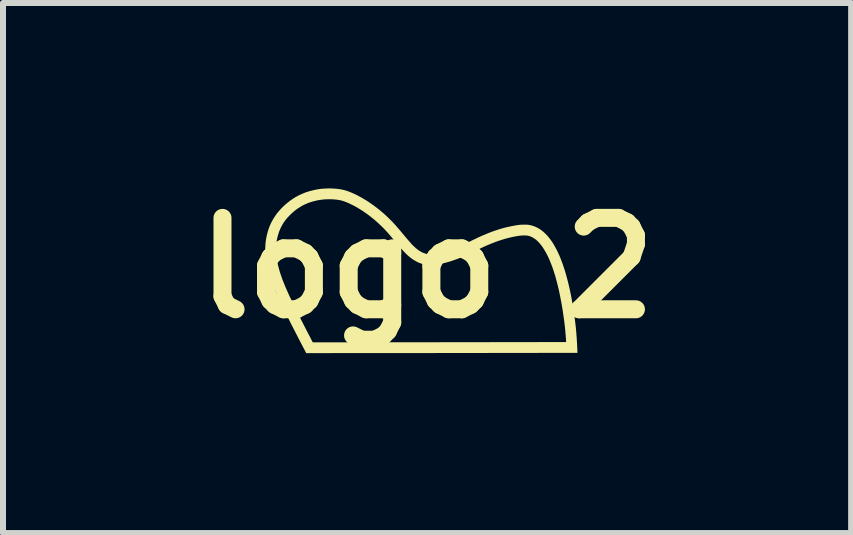
<source format=kicad_pcb>
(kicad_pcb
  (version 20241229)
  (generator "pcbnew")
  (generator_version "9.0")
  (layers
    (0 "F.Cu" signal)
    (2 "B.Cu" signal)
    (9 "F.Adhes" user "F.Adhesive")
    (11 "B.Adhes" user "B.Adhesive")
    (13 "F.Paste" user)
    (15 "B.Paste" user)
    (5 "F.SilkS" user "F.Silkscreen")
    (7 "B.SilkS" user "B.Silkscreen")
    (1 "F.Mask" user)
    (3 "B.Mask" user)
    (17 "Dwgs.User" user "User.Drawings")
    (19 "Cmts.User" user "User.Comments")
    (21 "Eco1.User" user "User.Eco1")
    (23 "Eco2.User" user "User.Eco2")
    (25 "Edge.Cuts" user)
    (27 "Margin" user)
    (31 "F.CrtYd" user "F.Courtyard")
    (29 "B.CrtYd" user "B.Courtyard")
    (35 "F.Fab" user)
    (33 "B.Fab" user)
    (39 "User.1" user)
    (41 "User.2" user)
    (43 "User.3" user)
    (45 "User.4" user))
  (footprint "logo 2"
    (layer "F.Cu")
    (at 4.071 1.418)
    (property "Reference" "logo 2" (at 0 0 0) (layer "F.SilkS") (effects (font (size 1.524 1.524) (thickness 0.3))))
    (attr board_only exclude_from_pos_files exclude_from_bom)
    (fp_poly (pts (xy -1.57 -1.324) (xy -1.529 -1.322) (xy -1.49 -1.318) (xy -1.452 -1.313) (xy -1.415 -1.306) (xy -1.415 -1.306) (xy -1.388 -1.3) (xy -1.36 -1.292) (xy -1.33 -1.283) (xy -1.3 -1.272) (xy -1.268 -1.259) (xy -1.235 -1.245) (xy -1.201 -1.229) (xy -1.167 -1.213) (xy -1.132 -1.194) (xy -1.097 -1.175) (xy -1.061 -1.154) (xy -1.025 -1.133) (xy -0.989 -1.11) (xy -0.969 -1.097) (xy -0.91 -1.056) (xy -0.851 -1.013) (xy -0.794 -0.968) (xy -0.738 -0.921) (xy -0.684 -0.873) (xy -0.631 -0.822) (xy -0.579 -0.77) (xy -0.531 -0.718) (xy -0.522 -0.708) (xy -0.513 -0.697) (xy -0.502 -0.685) (xy -0.492 -0.673) (xy -0.48 -0.659) (xy -0.467 -0.645) (xy -0.454 -0.629) (xy -0.439 -0.611) (xy -0.423 -0.592) (xy -0.406 -0.572) (xy -0.388 -0.55) (xy -0.377 -0.538) (xy -0.36 -0.516) (xy -0.343 -0.497) (xy -0.329 -0.48) (xy -0.315 -0.464) (xy -0.303 -0.45) (xy -0.292 -0.437) (xy -0.283 -0.426) (xy -0.28 -0.424) (xy -0.258 -0.399) (xy -0.236 -0.376) (xy -0.214 -0.355) (xy -0.193 -0.336) (xy -0.173 -0.319) (xy -0.153 -0.303) (xy -0.133 -0.289) (xy -0.114 -0.277) (xy -0.094 -0.266) (xy -0.074 -0.256) (xy -0.053 -0.248) (xy -0.032 -0.241) (xy -0.022 -0.238) (xy -0.014 -0.235) (xy -0.007 -0.233) (xy -0.000294 -0.232) (xy 0.006 -0.231) (xy 0.012 -0.23) (xy 0.019 -0.229) (xy 0.026 -0.229) (xy 0.035 -0.229) (xy 0.046 -0.229) (xy 0.053 -0.229) (xy 0.065 -0.229) (xy 0.075 -0.229) (xy 0.083 -0.229) (xy 0.091 -0.229) (xy 0.098 -0.23) (xy 0.104 -0.231) (xy 0.112 -0.231) (xy 0.113 -0.231) (xy 0.151 -0.237) (xy 0.191 -0.244) (xy 0.232 -0.253) (xy 0.274 -0.264) (xy 0.318 -0.276) (xy 0.363 -0.291) (xy 0.409 -0.306) (xy 0.456 -0.324) (xy 0.504 -0.343) (xy 0.552 -0.364) (xy 0.564 -0.369) (xy 0.575 -0.374) (xy 0.585 -0.379) (xy 0.596 -0.384) (xy 0.607 -0.389) (xy 0.619 -0.394) (xy 0.632 -0.4) (xy 0.645 -0.407) (xy 0.661 -0.414) (xy 0.677 -0.422) (xy 0.696 -0.432) (xy 0.705 -0.436) (xy 0.741 -0.454) (xy 0.775 -0.471) (xy 0.808 -0.486) (xy 0.839 -0.501) (xy 0.869 -0.515) (xy 0.897 -0.528) (xy 0.924 -0.54) (xy 0.951 -0.551) (xy 0.977 -0.562) (xy 1.002 -0.573) (xy 1.027 -0.583) (xy 1.052 -0.592) (xy 1.077 -0.602) (xy 1.102 -0.611) (xy 1.125 -0.619) (xy 1.174 -0.635) (xy 1.223 -0.651) (xy 1.273 -0.665) (xy 1.322 -0.678) (xy 1.372 -0.689) (xy 1.42 -0.699) (xy 1.467 -0.708) (xy 1.513 -0.715) (xy 1.556 -0.72) (xy 1.564 -0.72) (xy 1.575 -0.721) (xy 1.586 -0.721) (xy 1.599 -0.722) (xy 1.612 -0.722) (xy 1.625 -0.722) (xy 1.638 -0.722) (xy 1.65 -0.722) (xy 1.662 -0.721) (xy 1.671 -0.721) (xy 1.68 -0.72) (xy 1.683 -0.72) (xy 1.702 -0.717) (xy 1.719 -0.714) (xy 1.735 -0.71) (xy 1.751 -0.706) (xy 1.767 -0.701) (xy 1.771 -0.7) (xy 1.801 -0.689) (xy 1.831 -0.675) (xy 1.861 -0.659) (xy 1.89 -0.641) (xy 1.918 -0.62) (xy 1.946 -0.597) (xy 1.973 -0.572) (xy 2 -0.544) (xy 2.026 -0.514) (xy 2.051 -0.482) (xy 2.076 -0.448) (xy 2.085 -0.435) (xy 2.109 -0.397) (xy 2.132 -0.357) (xy 2.155 -0.315) (xy 2.177 -0.271) (xy 2.199 -0.224) (xy 2.22 -0.175) (xy 2.24 -0.123) (xy 2.26 -0.07) (xy 2.279 -0.014) (xy 2.298 0.044) (xy 2.316 0.105) (xy 2.333 0.167) (xy 2.35 0.232) (xy 2.366 0.299) (xy 2.382 0.369) (xy 2.397 0.44) (xy 2.411 0.514) (xy 2.424 0.59) (xy 2.432 0.634) (xy 2.443 0.7) (xy 2.452 0.765) (xy 2.461 0.828) (xy 2.469 0.889) (xy 2.476 0.95) (xy 2.483 1.011) (xy 2.488 1.071) (xy 2.493 1.132) (xy 2.497 1.194) (xy 2.501 1.256) (xy 2.502 1.274) (xy 2.502 1.282) (xy 2.503 1.291) (xy 2.503 1.301) (xy 2.504 1.312) (xy 2.504 1.324) (xy 2.505 1.335) (xy 2.505 1.347) (xy 2.506 1.359) (xy 2.506 1.37) (xy 2.507 1.381) (xy 2.507 1.39) (xy 2.507 1.399) (xy 2.508 1.406) (xy 2.508 1.411) (xy 2.508 1.414) (xy 2.508 1.416) (xy 2.508 1.416) (xy 2.507 1.416) (xy 2.503 1.416) (xy 2.497 1.416) (xy 2.489 1.416) (xy 2.479 1.416) (xy 2.466 1.416) (xy 2.451 1.416) (xy 2.435 1.416) (xy 2.416 1.416) (xy 2.395 1.416) (xy 2.372 1.416) (xy 2.348 1.416) (xy 2.321 1.416) (xy 2.293 1.416) (xy 2.263 1.416) (xy 2.231 1.416) (xy 2.198 1.416) (xy 2.163 1.416) (xy 2.126 1.416) (xy 2.088 1.416) (xy 2.048 1.416) (xy 2.007 1.416) (xy 1.964 1.416) (xy 1.921 1.416) (xy 1.875 1.416) (xy 1.829 1.417) (xy 1.781 1.417) (xy 1.732 1.417) (xy 1.682 1.417) (xy 1.631 1.417) (xy 1.579 1.417) (xy 1.526 1.417) (xy 1.472 1.417) (xy 1.417 1.417) (xy 1.361 1.417) (xy 1.304 1.417) (xy 1.247 1.417) (xy 1.188 1.417) (xy 1.129 1.417) (xy 1.07 1.417) (xy 1.01 1.418) (xy 0.949 1.418) (xy 0.888 1.418) (xy 0.826 1.418) (xy 0.764 1.418) (xy 0.702 1.418) (xy 0.639 1.418) (xy 0.576 1.418) (xy 0.513 1.418) (xy 0.45 1.418) (xy 0.386 1.418) (xy 0.323 1.418) (xy 0.259 1.418) (xy 0.195 1.418) (xy 0.132 1.419) (xy 0.068 1.419) (xy 0.005 1.419) (xy -0.059 1.419) (xy -0.122 1.419) (xy -0.184 1.419) (xy -0.247 1.419) (xy -0.309 1.419) (xy -0.37 1.419) (xy -0.432 1.419) (xy -0.492 1.419) (xy -0.553 1.419) (xy -0.612 1.419) (xy -0.671 1.419) (xy -0.729 1.42) (xy -0.787 1.42) (xy -0.844 1.42) (xy -0.9 1.42) (xy -0.955 1.42) (xy -1.009 1.42) (xy -1.062 1.42) (xy -1.115 1.42) (xy -1.166 1.42) (xy -1.216 1.42) (xy -1.265 1.42) (xy -1.313 1.42) (xy -1.359 1.42) (xy -1.405 1.42) (xy -1.449 1.42) (xy -1.492 1.42) (xy -1.533 1.42) (xy -1.573 1.42) (xy -1.611 1.421) (xy -1.648 1.421) (xy -1.683 1.421) (xy -1.717 1.421) (xy -1.749 1.421) (xy -1.779 1.421) (xy -1.808 1.421) (xy -1.834 1.421) (xy -1.859 1.421) (xy -1.882 1.421) (xy -1.903 1.421) (xy -1.922 1.421) (xy -1.939 1.421) (xy -1.954 1.421) (xy -1.967 1.421) (xy -1.977 1.421) (xy -1.985 1.421) (xy -1.989 1.421) (xy -2.013 1.421) (xy -2.017 1.415) (xy -2.02 1.409) (xy -2.024 1.402) (xy -2.029 1.393) (xy -2.034 1.382) (xy -2.041 1.37) (xy -2.048 1.356) (xy -2.056 1.341) (xy -2.065 1.324) (xy -2.074 1.307) (xy -2.084 1.288) (xy -2.094 1.269) (xy -2.104 1.249) (xy -2.115 1.228) (xy -2.126 1.207) (xy -2.137 1.186) (xy -2.148 1.164) (xy -2.159 1.143) (xy -2.17 1.121) (xy -2.181 1.1) (xy -2.192 1.079) (xy -2.202 1.059) (xy -2.212 1.039) (xy -2.222 1.02) (xy -2.231 1.002) (xy -2.237 0.992) (xy -2.262 0.942) (xy -2.286 0.894) (xy -2.309 0.848) (xy -2.331 0.804) (xy -2.352 0.762) (xy -2.372 0.721) (xy -2.391 0.682) (xy -2.409 0.645) (xy -2.427 0.609) (xy -2.443 0.574) (xy -2.458 0.541) (xy -2.473 0.509) (xy -2.487 0.479) (xy -2.5 0.449) (xy -2.513 0.421) (xy -2.525 0.393) (xy -2.536 0.366) (xy -2.547 0.341) (xy -2.557 0.316) (xy -2.566 0.291) (xy -2.576 0.267) (xy -2.577 0.263) (xy -2.598 0.205) (xy -2.617 0.149) (xy -2.634 0.094) (xy -2.649 0.04) (xy -2.662 -0.013) (xy -2.673 -0.064) (xy -2.682 -0.115) (xy -2.689 -0.165) (xy -2.694 -0.214) (xy -2.697 -0.262) (xy -2.698 -0.309) (xy -2.518 -0.309) (xy -2.517 -0.264) (xy -2.513 -0.218) (xy -2.51 -0.182) (xy -2.505 -0.146) (xy -2.498 -0.109) (xy -2.491 -0.071) (xy -2.482 -0.033) (xy -2.471 0.007) (xy -2.46 0.048) (xy -2.447 0.09) (xy -2.432 0.133) (xy -2.417 0.178) (xy -2.399 0.224) (xy -2.38 0.271) (xy -2.36 0.32) (xy -2.338 0.371) (xy -2.315 0.423) (xy -2.3 0.455) (xy -2.291 0.476) (xy -2.28 0.498) (xy -2.268 0.522) (xy -2.256 0.548) (xy -2.243 0.576) (xy -2.228 0.605) (xy -2.214 0.635) (xy -2.198 0.667) (xy -2.182 0.699) (xy -2.165 0.733) (xy -2.148 0.767) (xy -2.131 0.802) (xy -2.113 0.838) (xy -2.095 0.874) (xy -2.076 0.91) (xy -2.058 0.946) (xy -2.039 0.982) (xy -2.021 1.018) (xy -2.003 1.054) (xy -1.984 1.089) (xy -1.966 1.124) (xy -1.948 1.158) (xy -1.938 1.179) (xy -1.905 1.241) (xy -1.884 1.241) (xy -1.882 1.241) (xy -1.878 1.241) (xy -1.871 1.241) (xy -1.863 1.241) (xy -1.851 1.241) (xy -1.838 1.241) (xy -1.823 1.241) (xy -1.805 1.241) (xy -1.785 1.241) (xy -1.763 1.241) (xy -1.74 1.241) (xy -1.714 1.241) (xy -1.686 1.241) (xy -1.657 1.241) (xy -1.625 1.241) (xy -1.592 1.24) (xy -1.557 1.24) (xy -1.52 1.24) (xy -1.482 1.24) (xy -1.442 1.24) (xy -1.4 1.24) (xy -1.357 1.24) (xy -1.312 1.24) (xy -1.266 1.24) (xy -1.218 1.24) (xy -1.169 1.24) (xy -1.118 1.24) (xy -1.066 1.24) (xy -1.013 1.24) (xy -0.958 1.24) (xy -0.902 1.24) (xy -0.845 1.24) (xy -0.787 1.24) (xy -0.728 1.24) (xy -0.668 1.239) (xy -0.606 1.239) (xy -0.544 1.239) (xy -0.481 1.239) (xy -0.417 1.239) (xy -0.351 1.239) (xy -0.286 1.239) (xy -0.219 1.239) (xy -0.151 1.239) (xy -0.083 1.239) (xy -0.014 1.239) (xy 0.055 1.239) (xy 0.125 1.239) (xy 0.196 1.239) (xy 0.228 1.238) (xy 0.299 1.238) (xy 0.369 1.238) (xy 0.439 1.238) (xy 0.508 1.238) (xy 0.576 1.238) (xy 0.644 1.238) (xy 0.711 1.238) (xy 0.777 1.238) (xy 0.842 1.238) (xy 0.906 1.238) (xy 0.97 1.238) (xy 1.032 1.238) (xy 1.094 1.237) (xy 1.154 1.237) (xy 1.213 1.237) (xy 1.272 1.237) (xy 1.329 1.237) (xy 1.385 1.237) (xy 1.439 1.237) (xy 1.493 1.237) (xy 1.545 1.237) (xy 1.596 1.237) (xy 1.645 1.237) (xy 1.693 1.237) (xy 1.74 1.237) (xy 1.785 1.237) (xy 1.828 1.237) (xy 1.87 1.236) (xy 1.91 1.236) (xy 1.949 1.236) (xy 1.986 1.236) (xy 2.021 1.236) (xy 2.055 1.236) (xy 2.086 1.236) (xy 2.116 1.236) (xy 2.144 1.236) (xy 2.17 1.236) (xy 2.194 1.236) (xy 2.216 1.236) (xy 2.236 1.236) (xy 2.254 1.236) (xy 2.27 1.236) (xy 2.284 1.236) (xy 2.296 1.236) (xy 2.305 1.236) (xy 2.312 1.236) (xy 2.317 1.236) (xy 2.319 1.236) (xy 2.319 1.236) (xy 2.319 1.235) (xy 2.319 1.232) (xy 2.319 1.228) (xy 2.319 1.221) (xy 2.318 1.213) (xy 2.318 1.203) (xy 2.317 1.191) (xy 2.316 1.177) (xy 2.315 1.16) (xy 2.314 1.153) (xy 2.309 1.092) (xy 2.304 1.031) (xy 2.297 0.968) (xy 2.29 0.905) (xy 2.281 0.842) (xy 2.272 0.778) (xy 2.263 0.715) (xy 2.253 0.652) (xy 2.242 0.589) (xy 2.23 0.527) (xy 2.218 0.466) (xy 2.206 0.406) (xy 2.193 0.348) (xy 2.179 0.291) (xy 2.165 0.236) (xy 2.151 0.182) (xy 2.137 0.132) (xy 2.12 0.079) (xy 2.104 0.028) (xy 2.087 -0.021) (xy 2.069 -0.067) (xy 2.051 -0.112) (xy 2.033 -0.154) (xy 2.014 -0.195) (xy 1.995 -0.233) (xy 1.975 -0.269) (xy 1.955 -0.303) (xy 1.935 -0.335) (xy 1.914 -0.365) (xy 1.893 -0.392) (xy 1.872 -0.417) (xy 1.85 -0.44) (xy 1.828 -0.461) (xy 1.806 -0.479) (xy 1.783 -0.495) (xy 1.76 -0.509) (xy 1.737 -0.52) (xy 1.713 -0.529) (xy 1.695 -0.535) (xy 1.687 -0.537) (xy 1.678 -0.538) (xy 1.67 -0.54) (xy 1.661 -0.541) (xy 1.651 -0.541) (xy 1.64 -0.542) (xy 1.631 -0.542) (xy 1.616 -0.542) (xy 1.601 -0.542) (xy 1.585 -0.541) (xy 1.57 -0.54) (xy 1.553 -0.538) (xy 1.535 -0.536) (xy 1.515 -0.533) (xy 1.494 -0.53) (xy 1.489 -0.529) (xy 1.432 -0.518) (xy 1.375 -0.505) (xy 1.317 -0.49) (xy 1.259 -0.473) (xy 1.2 -0.454) (xy 1.14 -0.433) (xy 1.079 -0.409) (xy 1.025 -0.387) (xy 1.014 -0.382) (xy 1.003 -0.378) (xy 0.992 -0.373) (xy 0.982 -0.369) (xy 0.972 -0.364) (xy 0.962 -0.36) (xy 0.952 -0.355) (xy 0.942 -0.35) (xy 0.931 -0.345) (xy 0.919 -0.34) (xy 0.907 -0.334) (xy 0.894 -0.328) (xy 0.88 -0.321) (xy 0.865 -0.314) (xy 0.848 -0.306) (xy 0.83 -0.297) (xy 0.811 -0.288) (xy 0.789 -0.277) (xy 0.766 -0.266) (xy 0.742 -0.254) (xy 0.718 -0.242) (xy 0.695 -0.231) (xy 0.674 -0.221) (xy 0.654 -0.212) (xy 0.635 -0.203) (xy 0.616 -0.195) (xy 0.597 -0.187) (xy 0.578 -0.179) (xy 0.558 -0.171) (xy 0.553 -0.169) (xy 0.508 -0.151) (xy 0.463 -0.135) (xy 0.419 -0.12) (xy 0.376 -0.106) (xy 0.334 -0.094) (xy 0.293 -0.083) (xy 0.253 -0.073) (xy 0.214 -0.065) (xy 0.177 -0.059) (xy 0.141 -0.054) (xy 0.134 -0.053) (xy 0.116 -0.051) (xy 0.101 -0.05) (xy 0.086 -0.049) (xy 0.072 -0.048) (xy 0.057 -0.048) (xy 0.041 -0.048) (xy 0.039 -0.048) (xy 0.024 -0.049) (xy 0.011 -0.049) (xy -0.001 -0.05) (xy -0.011 -0.051) (xy -0.022 -0.053) (xy -0.032 -0.055) (xy -0.043 -0.057) (xy -0.055 -0.06) (xy -0.089 -0.07) (xy -0.123 -0.082) (xy -0.156 -0.096) (xy -0.188 -0.113) (xy -0.22 -0.132) (xy -0.252 -0.153) (xy -0.283 -0.177) (xy -0.314 -0.202) (xy -0.345 -0.231) (xy -0.372 -0.258) (xy -0.38 -0.267) (xy -0.388 -0.275) (xy -0.395 -0.283) (xy -0.402 -0.29) (xy -0.409 -0.298) (xy -0.416 -0.306) (xy -0.423 -0.314) (xy -0.431 -0.322) (xy -0.439 -0.331) (xy -0.447 -0.341) (xy -0.456 -0.352) (xy -0.466 -0.363) (xy -0.477 -0.376) (xy -0.489 -0.39) (xy -0.501 -0.405) (xy -0.516 -0.422) (xy -0.53 -0.439) (xy -0.547 -0.46) (xy -0.563 -0.478) (xy -0.577 -0.496) (xy -0.59 -0.511) (xy -0.603 -0.526) (xy -0.614 -0.539) (xy -0.624 -0.551) (xy -0.634 -0.562) (xy -0.643 -0.573) (xy -0.652 -0.583) (xy -0.66 -0.592) (xy -0.668 -0.601) (xy -0.677 -0.61) (xy -0.68 -0.614) (xy -0.724 -0.661) (xy -0.77 -0.706) (xy -0.817 -0.75) (xy -0.865 -0.793) (xy -0.915 -0.834) (xy -0.965 -0.874) (xy -1.016 -0.911) (xy -1.068 -0.947) (xy -1.12 -0.98) (xy -1.173 -1.012) (xy -1.204 -1.029) (xy -1.228 -1.042) (xy -1.253 -1.054) (xy -1.278 -1.066) (xy -1.302 -1.078) (xy -1.326 -1.088) (xy -1.349 -1.098) (xy -1.372 -1.106) (xy -1.393 -1.114) (xy -1.412 -1.12) (xy -1.431 -1.125) (xy -1.444 -1.128) (xy -1.472 -1.134) (xy -1.502 -1.138) (xy -1.534 -1.141) (xy -1.566 -1.144) (xy -1.599 -1.145) (xy -1.633 -1.146) (xy -1.666 -1.145) (xy -1.699 -1.144) (xy -1.724 -1.142) (xy -1.772 -1.136) (xy -1.819 -1.129) (xy -1.864 -1.119) (xy -1.909 -1.107) (xy -1.952 -1.094) (xy -1.995 -1.078) (xy -2.036 -1.06) (xy -2.076 -1.04) (xy -2.114 -1.018) (xy -2.152 -0.994) (xy -2.188 -0.968) (xy -2.205 -0.955) (xy -2.226 -0.937) (xy -2.248 -0.918) (xy -2.269 -0.898) (xy -2.29 -0.878) (xy -2.309 -0.858) (xy -2.328 -0.838) (xy -2.342 -0.822) (xy -2.367 -0.789) (xy -2.391 -0.755) (xy -2.413 -0.72) (xy -2.432 -0.684) (xy -2.45 -0.646) (xy -2.466 -0.608) (xy -2.479 -0.568) (xy -2.491 -0.527) (xy -2.501 -0.485) (xy -2.508 -0.443) (xy -2.513 -0.399) (xy -2.517 -0.355) (xy -2.518 -0.309) (xy -2.698 -0.309) (xy -2.698 -0.31) (xy -2.697 -0.356) (xy -2.694 -0.403) (xy -2.689 -0.448) (xy -2.682 -0.493) (xy -2.673 -0.537) (xy -2.666 -0.567) (xy -2.654 -0.612) (xy -2.64 -0.656) (xy -2.624 -0.698) (xy -2.606 -0.74) (xy -2.585 -0.78) (xy -2.563 -0.819) (xy -2.539 -0.857) (xy -2.513 -0.895) (xy -2.485 -0.931) (xy -2.454 -0.966) (xy -2.422 -1.001) (xy -2.387 -1.035) (xy -2.357 -1.062) (xy -2.318 -1.094) (xy -2.278 -1.125) (xy -2.238 -1.153) (xy -2.196 -1.179) (xy -2.153 -1.203) (xy -2.109 -1.224) (xy -2.064 -1.244) (xy -2.018 -1.262) (xy -1.97 -1.277) (xy -1.922 -1.29) (xy -1.872 -1.302) (xy -1.821 -1.311) (xy -1.814 -1.312) (xy -1.775 -1.318) (xy -1.734 -1.322) (xy -1.693 -1.324) (xy -1.652 -1.326) (xy -1.611 -1.326)) (stroke (width 0) (type solid)) (fill yes) (layer "F.SilkS")))
  (gr_rect
    (start -3 -3)
    (end 11.143 5.839)
    (stroke (width 0.1) (type default))
    (fill no)
    (layer "Edge.Cuts")))
</source>
